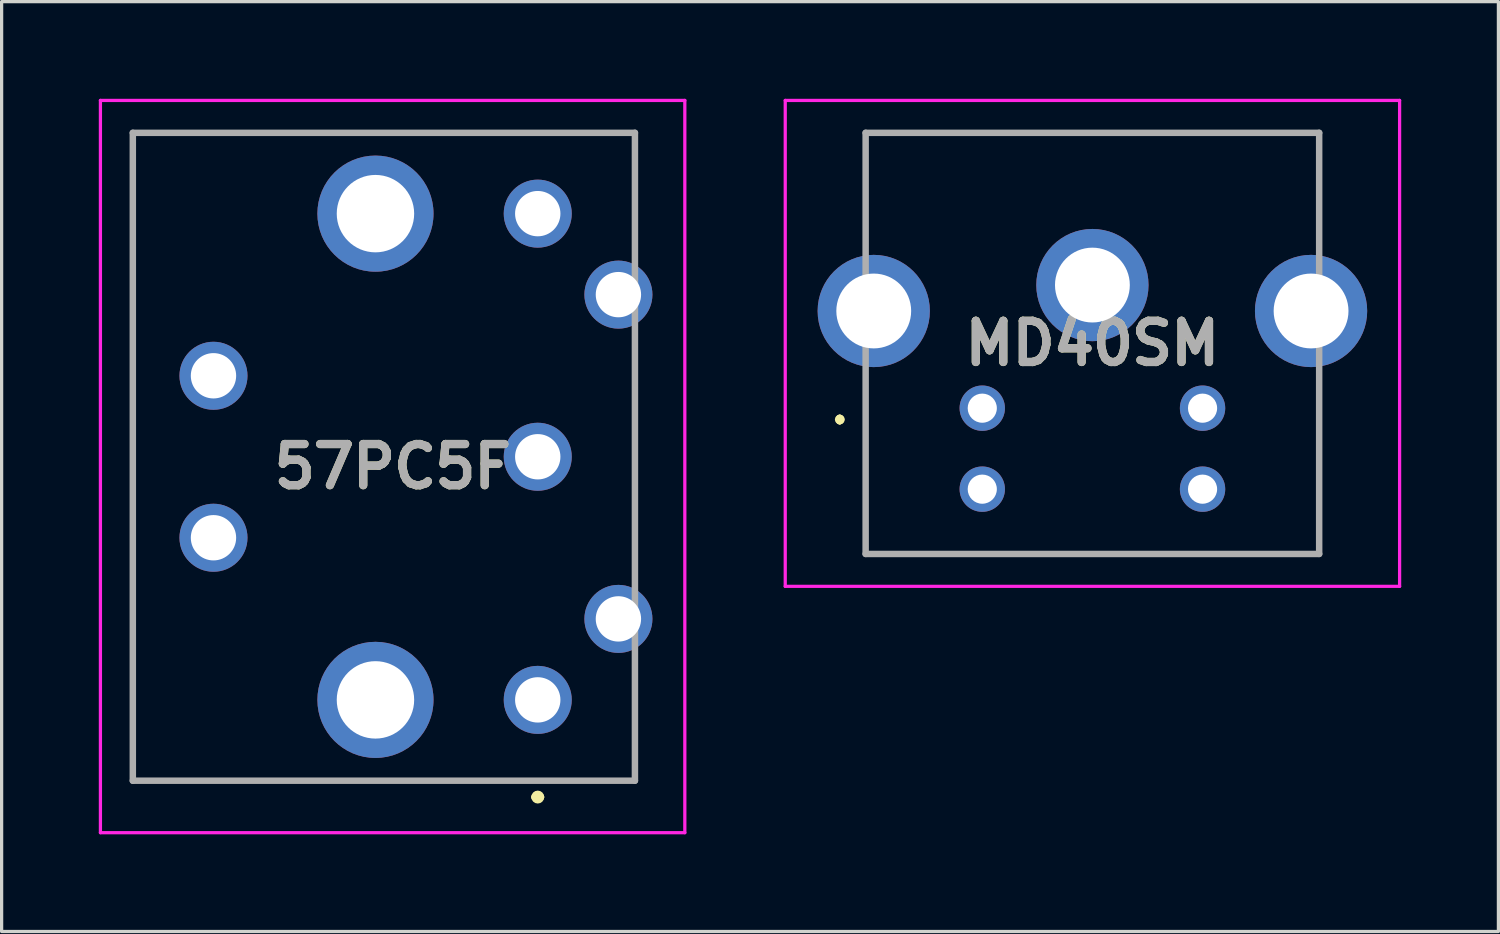
<source format=kicad_pcb>
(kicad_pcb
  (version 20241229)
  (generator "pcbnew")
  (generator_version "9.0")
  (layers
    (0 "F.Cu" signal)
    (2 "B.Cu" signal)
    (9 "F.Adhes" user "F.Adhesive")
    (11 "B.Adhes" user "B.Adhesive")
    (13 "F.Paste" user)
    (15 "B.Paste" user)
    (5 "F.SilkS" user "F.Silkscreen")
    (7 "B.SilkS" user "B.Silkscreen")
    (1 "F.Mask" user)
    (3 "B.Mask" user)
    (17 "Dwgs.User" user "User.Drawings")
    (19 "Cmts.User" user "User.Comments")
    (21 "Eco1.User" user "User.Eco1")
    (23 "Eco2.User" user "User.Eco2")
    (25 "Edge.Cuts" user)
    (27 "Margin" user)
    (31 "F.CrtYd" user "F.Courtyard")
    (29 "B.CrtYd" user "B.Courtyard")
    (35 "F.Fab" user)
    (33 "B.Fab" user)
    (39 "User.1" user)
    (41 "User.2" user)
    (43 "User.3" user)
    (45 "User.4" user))
  (footprint "57PC5F"
    (layer "F.Cu")
    (at 13.55 18.555)
    (property "Reference" "57PC5F" (at -4.48 -7.202 0) (layer "F.SilkS") (effects (font (size 1.27 1.27) (thickness 0.254))))
    (attr through_hole)
    (fp_line (start -12.5 -17.505) (end -12.5 2.495) (stroke (width 0.1) (type solid)) (layer "F.SilkS"))
    (fp_line (start -12.5 2.495) (end 3 2.495) (stroke (width 0.1) (type solid)) (layer "F.SilkS"))
    (fp_line (start -0.1 3) (end -0.1 3) (stroke (width 0.2) (type solid)) (layer "F.SilkS"))
    (fp_line (start 0.1 3) (end 0.1 3) (stroke (width 0.2) (type solid)) (layer "F.SilkS"))
    (fp_line (start 3 -17.505) (end -12.5 -17.505) (stroke (width 0.1) (type solid)) (layer "F.SilkS"))
    (fp_line (start 3 -15.01) (end 3 -17.505) (stroke (width 0.1) (type solid)) (layer "F.SilkS"))
    (fp_line (start 3 2.495) (end 3 -0.005) (stroke (width 0.1) (type solid)) (layer "F.SilkS"))
    (fp_arc (start -0.1 3) (mid 0 2.9) (end 0.1 3) (stroke (width 0.2) (type solid)) (layer "F.SilkS"))
    (fp_arc (start 0.1 3) (mid 0 3.1) (end -0.1 3) (stroke (width 0.2) (type solid)) (layer "F.SilkS"))
    (fp_line (start -13.5 -18.505) (end 4.54 -18.505) (stroke (width 0.1) (type solid)) (layer "F.CrtYd"))
    (fp_line (start -13.5 4.1) (end -13.5 -18.505) (stroke (width 0.1) (type solid)) (layer "F.CrtYd"))
    (fp_line (start 4.54 -18.505) (end 4.54 4.1) (stroke (width 0.1) (type solid)) (layer "F.CrtYd"))
    (fp_line (start 4.54 4.1) (end -13.5 4.1) (stroke (width 0.1) (type solid)) (layer "F.CrtYd"))
    (fp_line (start -12.5 -17.505) (end 3 -17.505) (stroke (width 0.2) (type solid)) (layer "F.Fab"))
    (fp_line (start -12.5 2.495) (end -12.5 -17.505) (stroke (width 0.2) (type solid)) (layer "F.Fab"))
    (fp_line (start 3 -17.505) (end 3 2.495) (stroke (width 0.2) (type solid)) (layer "F.Fab"))
    (fp_line (start 3 2.495) (end -12.5 2.495) (stroke (width 0.2) (type solid)) (layer "F.Fab"))
    (fp_text user "${REFERENCE}" (at -4.48 -7.202 0) (layer "F.Fab") (effects (font (size 1.27 1.27) (thickness 0.254))))
    (pad "1" thru_hole circle (at 0 0) (size 2.1 2.1) (drill 1.4) (layers "*.Cu" "*.Mask"))
    (pad "2" thru_hole circle (at 0 -7.505) (size 2.1 2.1) (drill 1.4) (layers "*.Cu" "*.Mask"))
    (pad "3" thru_hole circle (at 0 -15.01) (size 2.1 2.1) (drill 1.4) (layers "*.Cu" "*.Mask"))
    (pad "4" thru_hole circle (at 2.49 -2.5) (size 2.1 2.1) (drill 1.4) (layers "*.Cu" "*.Mask"))
    (pad "5" thru_hole circle (at 2.49 -12.51) (size 2.1 2.1) (drill 1.4) (layers "*.Cu" "*.Mask"))
    (pad "6" thru_hole circle (at -10.01 -5.005) (size 2.1 2.1) (drill 1.4) (layers "*.Cu" "*.Mask"))
    (pad "7" thru_hole circle (at -10.01 -10.005) (size 2.1 2.1) (drill 1.4) (layers "*.Cu" "*.Mask"))
    (pad "MH1" thru_hole circle (at -5.01 0) (size 3.585 3.585) (drill 2.39) (layers "*.Cu" "*.Mask"))
    (pad "MH2" thru_hole circle (at -5.01 -15.01) (size 3.585 3.585) (drill 2.39) (layers "*.Cu" "*.Mask")))
  (footprint "MD40SM"
    (layer "F.Cu")
    (at 27.272 9.55)
    (property "Reference" "MD40SM" (at 3.4 -2 0) (layer "F.SilkS") (effects (font (size 1.27 1.27) (thickness 0.254))))
    (attr through_hole)
    (fp_line (start -4.4 0.3) (end -4.4 0.3) (stroke (width 0.2) (type solid)) (layer "F.SilkS"))
    (fp_line (start -4.4 0.4) (end -4.4 0.4) (stroke (width 0.2) (type solid)) (layer "F.SilkS"))
    (fp_line (start -4.4 0.4) (end -4.4 0.4) (stroke (width 0.2) (type solid)) (layer "F.SilkS"))
    (fp_line (start -3.6 -8.5) (end -3.6 -8.5) (stroke (width 0.1) (type solid)) (layer "F.SilkS"))
    (fp_line (start -3.6 -8.5) (end -3.6 -8.5) (stroke (width 0.1) (type solid)) (layer "F.SilkS"))
    (fp_line (start -3.6 -8.5) (end -3.6 -5.5) (stroke (width 0.1) (type solid)) (layer "F.SilkS"))
    (fp_line (start -3.6 -8.5) (end 10.4 -8.5) (stroke (width 0.1) (type solid)) (layer "F.SilkS"))
    (fp_line (start -3.6 -5.5) (end -3.6 -8.5) (stroke (width 0.1) (type solid)) (layer "F.SilkS"))
    (fp_line (start -3.6 -5.5) (end -3.6 -5.5) (stroke (width 0.1) (type solid)) (layer "F.SilkS"))
    (fp_line (start -3.6 0) (end -3.6 0) (stroke (width 0.1) (type solid)) (layer "F.SilkS"))
    (fp_line (start -3.6 0) (end -3.6 4.5) (stroke (width 0.1) (type solid)) (layer "F.SilkS"))
    (fp_line (start -3.6 4.5) (end -3.6 0) (stroke (width 0.1) (type solid)) (layer "F.SilkS"))
    (fp_line (start -3.6 4.5) (end -3.6 4.5) (stroke (width 0.1) (type solid)) (layer "F.SilkS"))
    (fp_line (start -3.6 4.5) (end -3.6 4.5) (stroke (width 0.1) (type solid)) (layer "F.SilkS"))
    (fp_line (start -3.6 4.5) (end 10.4 4.5) (stroke (width 0.1) (type solid)) (layer "F.SilkS"))
    (fp_line (start 10.4 -8.5) (end -3.6 -8.5) (stroke (width 0.1) (type solid)) (layer "F.SilkS"))
    (fp_line (start 10.4 -8.5) (end 10.4 -8.5) (stroke (width 0.1) (type solid)) (layer "F.SilkS"))
    (fp_line (start 10.4 -8.5) (end 10.4 -8.5) (stroke (width 0.1) (type solid)) (layer "F.SilkS"))
    (fp_line (start 10.4 -8.5) (end 10.4 -5.5) (stroke (width 0.1) (type solid)) (layer "F.SilkS"))
    (fp_line (start 10.4 -5.5) (end 10.4 -8.5) (stroke (width 0.1) (type solid)) (layer "F.SilkS"))
    (fp_line (start 10.4 -5.5) (end 10.4 -5.5) (stroke (width 0.1) (type solid)) (layer "F.SilkS"))
    (fp_line (start 10.4 -0.25) (end 10.4 -0.25) (stroke (width 0.1) (type solid)) (layer "F.SilkS"))
    (fp_line (start 10.4 -0.25) (end 10.4 4.5) (stroke (width 0.1) (type solid)) (layer "F.SilkS"))
    (fp_line (start 10.4 4.5) (end -3.6 4.5) (stroke (width 0.1) (type solid)) (layer "F.SilkS"))
    (fp_line (start 10.4 4.5) (end 10.4 -0.25) (stroke (width 0.1) (type solid)) (layer "F.SilkS"))
    (fp_line (start 10.4 4.5) (end 10.4 4.5) (stroke (width 0.1) (type solid)) (layer "F.SilkS"))
    (fp_line (start 10.4 4.5) (end 10.4 4.5) (stroke (width 0.1) (type solid)) (layer "F.SilkS"))
    (fp_arc (start -4.4 0.3) (mid -4.35 0.35) (end -4.4 0.4) (stroke (width 0.2) (type solid)) (layer "F.SilkS"))
    (fp_arc (start -4.4 0.3) (mid -4.35 0.35) (end -4.4 0.4) (stroke (width 0.2) (type solid)) (layer "F.SilkS"))
    (fp_arc (start -4.4 0.4) (mid -4.45 0.35) (end -4.4 0.3) (stroke (width 0.2) (type solid)) (layer "F.SilkS"))
    (fp_line (start -6.082 -9.5) (end 12.883 -9.5) (stroke (width 0.1) (type solid)) (layer "F.CrtYd"))
    (fp_line (start -6.082 5.5) (end -6.082 -9.5) (stroke (width 0.1) (type solid)) (layer "F.CrtYd"))
    (fp_line (start 12.883 -9.5) (end 12.883 5.5) (stroke (width 0.1) (type solid)) (layer "F.CrtYd"))
    (fp_line (start 12.883 5.5) (end -6.082 5.5) (stroke (width 0.1) (type solid)) (layer "F.CrtYd"))
    (fp_line (start -3.6 -8.5) (end -3.6 4.5) (stroke (width 0.2) (type solid)) (layer "F.Fab"))
    (fp_line (start -3.6 4.5) (end 10.4 4.5) (stroke (width 0.2) (type solid)) (layer "F.Fab"))
    (fp_line (start 10.4 -8.5) (end -3.6 -8.5) (stroke (width 0.2) (type solid)) (layer "F.Fab"))
    (fp_line (start 10.4 4.5) (end 10.4 -8.5) (stroke (width 0.2) (type solid)) (layer "F.Fab"))
    (fp_text user "${REFERENCE}" (at 3.4 -2 0) (layer "F.Fab") (effects (font (size 1.27 1.27) (thickness 0.254))))
    (pad "1" thru_hole circle (at 0 0) (size 1.4 1.4) (drill 0.9) (layers "*.Cu" "*.Mask"))
    (pad "2" thru_hole circle (at 6.8 0) (size 1.4 1.4) (drill 0.9) (layers "*.Cu" "*.Mask"))
    (pad "3" thru_hole circle (at 0 2.5) (size 1.4 1.4) (drill 0.9) (layers "*.Cu" "*.Mask"))
    (pad "4" thru_hole circle (at 6.8 2.5) (size 1.4 1.4) (drill 0.9) (layers "*.Cu" "*.Mask"))
    (pad "MH1" thru_hole circle (at -3.35 -3) (size 3.465 3.465) (drill 2.31) (layers "*.Cu" "*.Mask"))
    (pad "MH2" thru_hole circle (at 3.4 -3.8) (size 3.465 3.465) (drill 2.31) (layers "*.Cu" "*.Mask"))
    (pad "MH3" thru_hole circle (at 10.15 -3) (size 3.465 3.465) (drill 2.31) (layers "*.Cu" "*.Mask")))
  (gr_rect
    (start -3 -3)
    (end 43.205 25.705)
    (stroke (width 0.1) (type default))
    (fill no)
    (layer "Edge.Cuts")))
</source>
